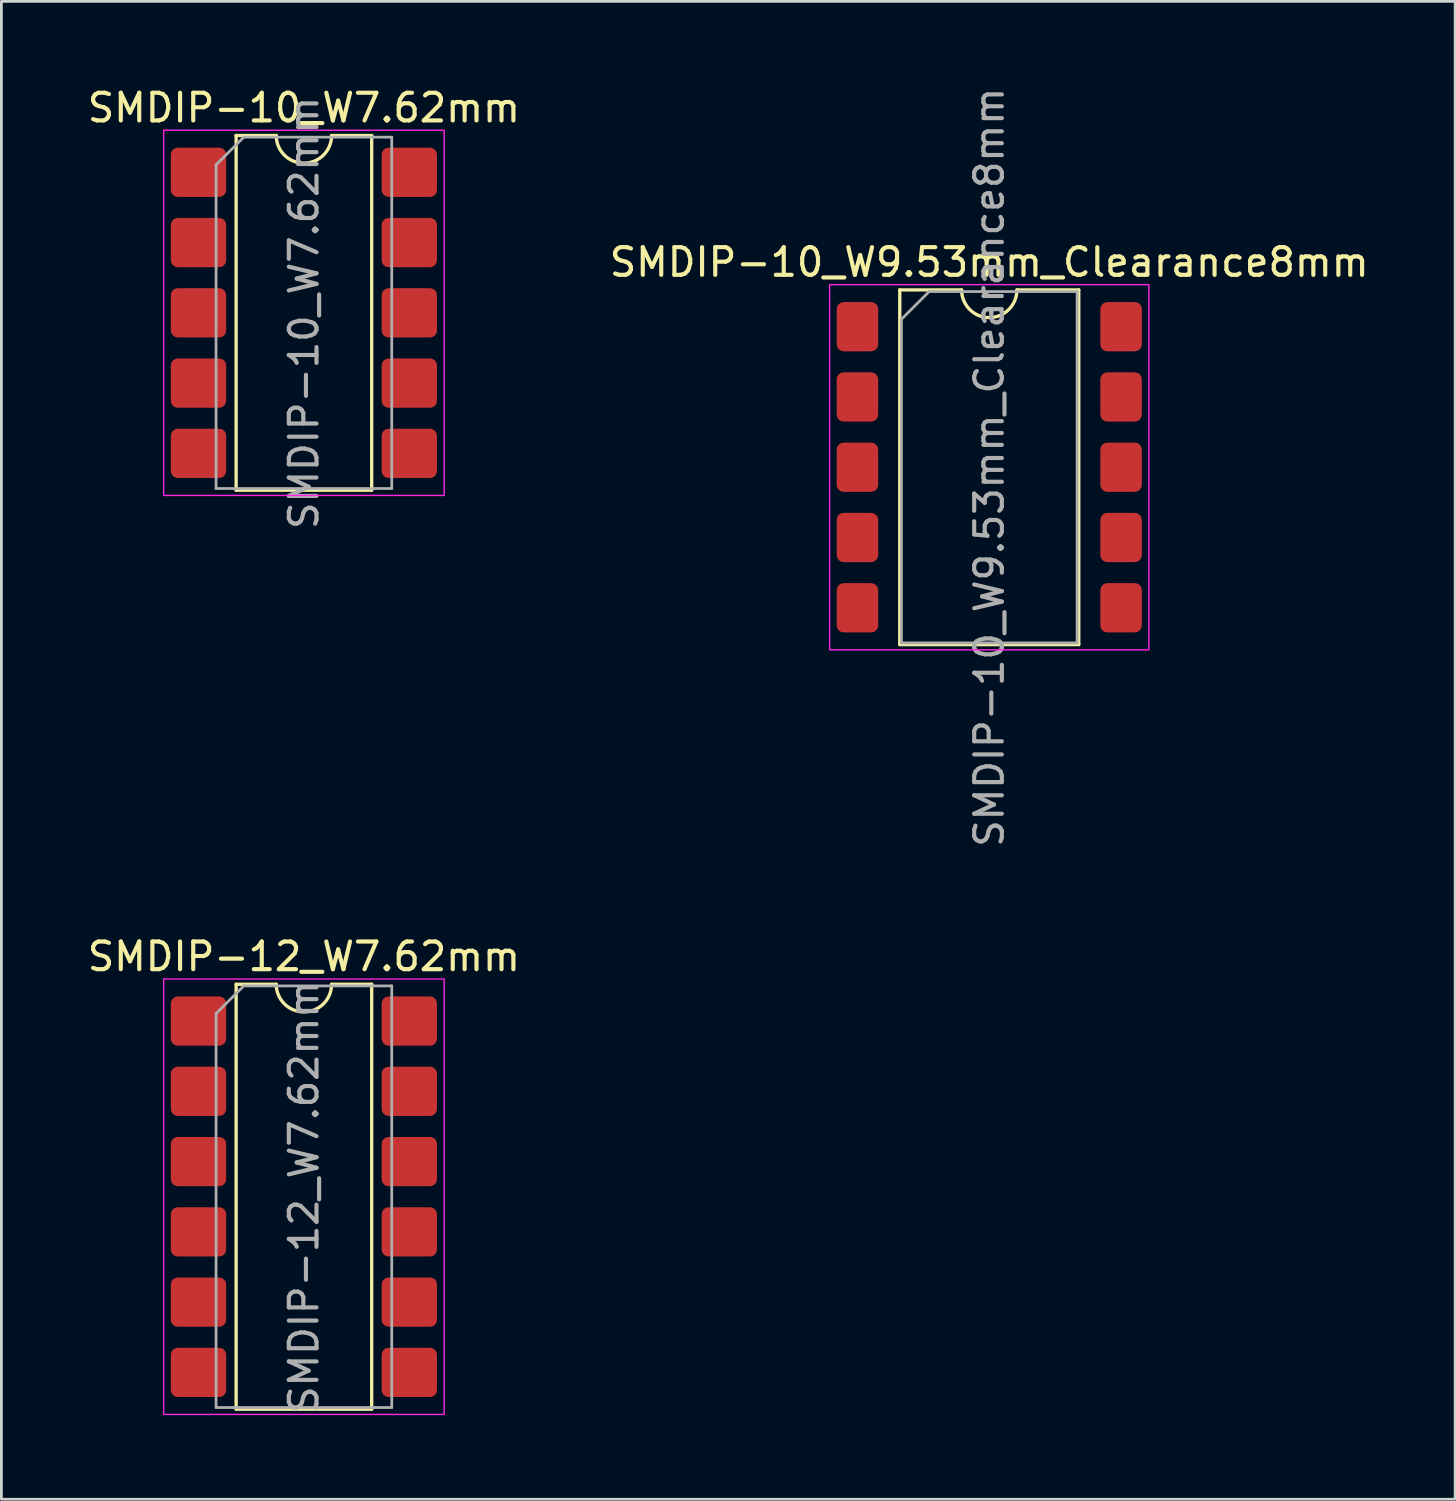
<source format=kicad_pcb>
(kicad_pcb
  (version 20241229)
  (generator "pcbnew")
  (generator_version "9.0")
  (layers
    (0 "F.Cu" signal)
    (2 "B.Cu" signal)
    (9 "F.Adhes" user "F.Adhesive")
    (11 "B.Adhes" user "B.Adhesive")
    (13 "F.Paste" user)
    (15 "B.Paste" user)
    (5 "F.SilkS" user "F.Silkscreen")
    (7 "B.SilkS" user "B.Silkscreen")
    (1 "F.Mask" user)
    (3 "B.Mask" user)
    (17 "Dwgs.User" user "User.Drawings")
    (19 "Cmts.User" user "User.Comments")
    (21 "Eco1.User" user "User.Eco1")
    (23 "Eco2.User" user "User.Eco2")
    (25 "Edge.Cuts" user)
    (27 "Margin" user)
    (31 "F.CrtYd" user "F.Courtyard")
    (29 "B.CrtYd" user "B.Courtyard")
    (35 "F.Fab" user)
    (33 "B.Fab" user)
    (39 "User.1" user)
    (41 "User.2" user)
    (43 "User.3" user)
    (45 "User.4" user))
  (footprint "SMDIP-10_W7.62mm"
    (layer "F.Cu")
    (at 7.935 8.258)
    (property "Reference" "SMDIP-10_W7.62mm" (at 0 -7.41 0) (layer "F.SilkS") (effects (font (size 1 1) (thickness 0.15))))
    (attr smd)
    (fp_line (start -2.45 -6.41) (end -2.45 6.41) (stroke (width 0.12) (type solid)) (layer "F.SilkS"))
    (fp_line (start -2.45 6.41) (end 2.45 6.41) (stroke (width 0.12) (type solid)) (layer "F.SilkS"))
    (fp_line (start -1 -6.41) (end -2.45 -6.41) (stroke (width 0.12) (type solid)) (layer "F.SilkS"))
    (fp_line (start 2.45 -6.41) (end 1 -6.41) (stroke (width 0.12) (type solid)) (layer "F.SilkS"))
    (fp_line (start 2.45 6.41) (end 2.45 -6.41) (stroke (width 0.12) (type solid)) (layer "F.SilkS"))
    (fp_arc (start 1 -6.41) (mid 0 -5.41) (end -1 -6.41) (stroke (width 0.12) (type solid)) (layer "F.SilkS"))
    (fp_rect (start -5.07 -6.6) (end 5.07 6.6) (stroke (width 0.05) (type solid)) (fill no) (layer "F.CrtYd"))
    (fp_line (start -3.175 -5.35) (end -2.175 -6.35) (stroke (width 0.1) (type solid)) (layer "F.Fab"))
    (fp_line (start -3.175 6.35) (end -3.175 -5.35) (stroke (width 0.1) (type solid)) (layer "F.Fab"))
    (fp_line (start -2.175 -6.35) (end 3.175 -6.35) (stroke (width 0.1) (type solid)) (layer "F.Fab"))
    (fp_line (start 3.175 -6.35) (end 3.175 6.35) (stroke (width 0.1) (type solid)) (layer "F.Fab"))
    (fp_line (start 3.175 6.35) (end -3.175 6.35) (stroke (width 0.1) (type solid)) (layer "F.Fab"))
    (fp_text user "${REFERENCE}" (at 0 0 90) (layer "F.Fab") (effects (font (size 1 1) (thickness 0.15))))
    (pad "1" smd roundrect (at -3.81 -5.08) (size 2 1.78) (layers "F.Cu" "F.Mask" "F.Paste") (roundrect_rratio 0.14))
    (pad "2" smd roundrect (at -3.81 -2.54) (size 2 1.78) (layers "F.Cu" "F.Mask" "F.Paste") (roundrect_rratio 0.14))
    (pad "3" smd roundrect (at -3.81 0) (size 2 1.78) (layers "F.Cu" "F.Mask" "F.Paste") (roundrect_rratio 0.14))
    (pad "4" smd roundrect (at -3.81 2.54) (size 2 1.78) (layers "F.Cu" "F.Mask" "F.Paste") (roundrect_rratio 0.14))
    (pad "5" smd roundrect (at -3.81 5.08) (size 2 1.78) (layers "F.Cu" "F.Mask" "F.Paste") (roundrect_rratio 0.14))
    (pad "6" smd roundrect (at 3.81 5.08) (size 2 1.78) (layers "F.Cu" "F.Mask" "F.Paste") (roundrect_rratio 0.14))
    (pad "7" smd roundrect (at 3.81 2.54) (size 2 1.78) (layers "F.Cu" "F.Mask" "F.Paste") (roundrect_rratio 0.14))
    (pad "8" smd roundrect (at 3.81 0) (size 2 1.78) (layers "F.Cu" "F.Mask" "F.Paste") (roundrect_rratio 0.14))
    (pad "9" smd roundrect (at 3.81 -2.54) (size 2 1.78) (layers "F.Cu" "F.Mask" "F.Paste") (roundrect_rratio 0.14))
    (pad "10" smd roundrect (at 3.81 -5.08) (size 2 1.78) (layers "F.Cu" "F.Mask" "F.Paste") (roundrect_rratio 0.14)))
  (footprint "SMDIP-10_W9.53mm_Clearance8mm"
    (layer "F.Cu")
    (at 32.708 13.839)
    (property "Reference" "SMDIP-10_W9.53mm_Clearance8mm" (at 0 -7.41 0) (layer "F.SilkS") (effects (font (size 1 1) (thickness 0.15))))
    (attr smd)
    (fp_line (start -3.235 -6.41) (end -3.235 6.41) (stroke (width 0.12) (type solid)) (layer "F.SilkS"))
    (fp_line (start -3.235 6.41) (end 3.235 6.41) (stroke (width 0.12) (type solid)) (layer "F.SilkS"))
    (fp_line (start -1 -6.41) (end -3.235 -6.41) (stroke (width 0.12) (type solid)) (layer "F.SilkS"))
    (fp_line (start 3.235 -6.41) (end 1 -6.41) (stroke (width 0.12) (type solid)) (layer "F.SilkS"))
    (fp_line (start 3.235 6.41) (end 3.235 -6.41) (stroke (width 0.12) (type solid)) (layer "F.SilkS"))
    (fp_arc (start 1 -6.41) (mid 0 -5.41) (end -1 -6.41) (stroke (width 0.12) (type solid)) (layer "F.SilkS"))
    (fp_rect (start -5.77 -6.6) (end 5.77 6.6) (stroke (width 0.05) (type solid)) (fill no) (layer "F.CrtYd"))
    (fp_line (start -3.175 -5.35) (end -2.175 -6.35) (stroke (width 0.1) (type solid)) (layer "F.Fab"))
    (fp_line (start -3.175 6.35) (end -3.175 -5.35) (stroke (width 0.1) (type solid)) (layer "F.Fab"))
    (fp_line (start -2.175 -6.35) (end 3.175 -6.35) (stroke (width 0.1) (type solid)) (layer "F.Fab"))
    (fp_line (start 3.175 -6.35) (end 3.175 6.35) (stroke (width 0.1) (type solid)) (layer "F.Fab"))
    (fp_line (start 3.175 6.35) (end -3.175 6.35) (stroke (width 0.1) (type solid)) (layer "F.Fab"))
    (fp_text user "${REFERENCE}" (at 0 0 90) (layer "F.Fab") (effects (font (size 1 1) (thickness 0.15))))
    (pad "1" smd roundrect (at -4.765 -5.08) (size 1.5 1.78) (layers "F.Cu" "F.Mask" "F.Paste") (roundrect_rratio 0.167))
    (pad "2" smd roundrect (at -4.765 -2.54) (size 1.5 1.78) (layers "F.Cu" "F.Mask" "F.Paste") (roundrect_rratio 0.167))
    (pad "3" smd roundrect (at -4.765 0) (size 1.5 1.78) (layers "F.Cu" "F.Mask" "F.Paste") (roundrect_rratio 0.167))
    (pad "4" smd roundrect (at -4.765 2.54) (size 1.5 1.78) (layers "F.Cu" "F.Mask" "F.Paste") (roundrect_rratio 0.167))
    (pad "5" smd roundrect (at -4.765 5.08) (size 1.5 1.78) (layers "F.Cu" "F.Mask" "F.Paste") (roundrect_rratio 0.167))
    (pad "6" smd roundrect (at 4.765 5.08) (size 1.5 1.78) (layers "F.Cu" "F.Mask" "F.Paste") (roundrect_rratio 0.167))
    (pad "7" smd roundrect (at 4.765 2.54) (size 1.5 1.78) (layers "F.Cu" "F.Mask" "F.Paste") (roundrect_rratio 0.167))
    (pad "8" smd roundrect (at 4.765 0) (size 1.5 1.78) (layers "F.Cu" "F.Mask" "F.Paste") (roundrect_rratio 0.167))
    (pad "9" smd roundrect (at 4.765 -2.54) (size 1.5 1.78) (layers "F.Cu" "F.Mask" "F.Paste") (roundrect_rratio 0.167))
    (pad "10" smd roundrect (at 4.765 -5.08) (size 1.5 1.78) (layers "F.Cu" "F.Mask" "F.Paste") (roundrect_rratio 0.167)))
  (footprint "SMDIP-12_W7.62mm"
    (layer "F.Cu")
    (at 7.935 40.207)
    (property "Reference" "SMDIP-12_W7.62mm" (at 0 -8.68 0) (layer "F.SilkS") (effects (font (size 1 1) (thickness 0.15))))
    (attr smd)
    (fp_line (start -2.45 -7.68) (end -2.45 7.68) (stroke (width 0.12) (type solid)) (layer "F.SilkS"))
    (fp_line (start -2.45 7.68) (end 2.45 7.68) (stroke (width 0.12) (type solid)) (layer "F.SilkS"))
    (fp_line (start -1 -7.68) (end -2.45 -7.68) (stroke (width 0.12) (type solid)) (layer "F.SilkS"))
    (fp_line (start 2.45 -7.68) (end 1 -7.68) (stroke (width 0.12) (type solid)) (layer "F.SilkS"))
    (fp_line (start 2.45 7.68) (end 2.45 -7.68) (stroke (width 0.12) (type solid)) (layer "F.SilkS"))
    (fp_arc (start 1 -7.68) (mid 0 -6.68) (end -1 -7.68) (stroke (width 0.12) (type solid)) (layer "F.SilkS"))
    (fp_rect (start -5.07 -7.87) (end 5.07 7.87) (stroke (width 0.05) (type solid)) (fill no) (layer "F.CrtYd"))
    (fp_line (start -3.175 -6.62) (end -2.175 -7.62) (stroke (width 0.1) (type solid)) (layer "F.Fab"))
    (fp_line (start -3.175 7.62) (end -3.175 -6.62) (stroke (width 0.1) (type solid)) (layer "F.Fab"))
    (fp_line (start -2.175 -7.62) (end 3.175 -7.62) (stroke (width 0.1) (type solid)) (layer "F.Fab"))
    (fp_line (start 3.175 -7.62) (end 3.175 7.62) (stroke (width 0.1) (type solid)) (layer "F.Fab"))
    (fp_line (start 3.175 7.62) (end -3.175 7.62) (stroke (width 0.1) (type solid)) (layer "F.Fab"))
    (fp_text user "${REFERENCE}" (at 0 0 90) (layer "F.Fab") (effects (font (size 1 1) (thickness 0.15))))
    (pad "1" smd roundrect (at -3.81 -6.35) (size 2 1.78) (layers "F.Cu" "F.Mask" "F.Paste") (roundrect_rratio 0.14))
    (pad "2" smd roundrect (at -3.81 -3.81) (size 2 1.78) (layers "F.Cu" "F.Mask" "F.Paste") (roundrect_rratio 0.14))
    (pad "3" smd roundrect (at -3.81 -1.27) (size 2 1.78) (layers "F.Cu" "F.Mask" "F.Paste") (roundrect_rratio 0.14))
    (pad "4" smd roundrect (at -3.81 1.27) (size 2 1.78) (layers "F.Cu" "F.Mask" "F.Paste") (roundrect_rratio 0.14))
    (pad "5" smd roundrect (at -3.81 3.81) (size 2 1.78) (layers "F.Cu" "F.Mask" "F.Paste") (roundrect_rratio 0.14))
    (pad "6" smd roundrect (at -3.81 6.35) (size 2 1.78) (layers "F.Cu" "F.Mask" "F.Paste") (roundrect_rratio 0.14))
    (pad "7" smd roundrect (at 3.81 6.35) (size 2 1.78) (layers "F.Cu" "F.Mask" "F.Paste") (roundrect_rratio 0.14))
    (pad "8" smd roundrect (at 3.81 3.81) (size 2 1.78) (layers "F.Cu" "F.Mask" "F.Paste") (roundrect_rratio 0.14))
    (pad "9" smd roundrect (at 3.81 1.27) (size 2 1.78) (layers "F.Cu" "F.Mask" "F.Paste") (roundrect_rratio 0.14))
    (pad "10" smd roundrect (at 3.81 -1.27) (size 2 1.78) (layers "F.Cu" "F.Mask" "F.Paste") (roundrect_rratio 0.14))
    (pad "11" smd roundrect (at 3.81 -3.81) (size 2 1.78) (layers "F.Cu" "F.Mask" "F.Paste") (roundrect_rratio 0.14))
    (pad "12" smd roundrect (at 3.81 -6.35) (size 2 1.78) (layers "F.Cu" "F.Mask" "F.Paste") (roundrect_rratio 0.14)))
  (gr_rect
    (start -3 -3)
    (end 49.548 51.141)
    (stroke (width 0.1) (type default))
    (fill no)
    (layer "Edge.Cuts")))
</source>
